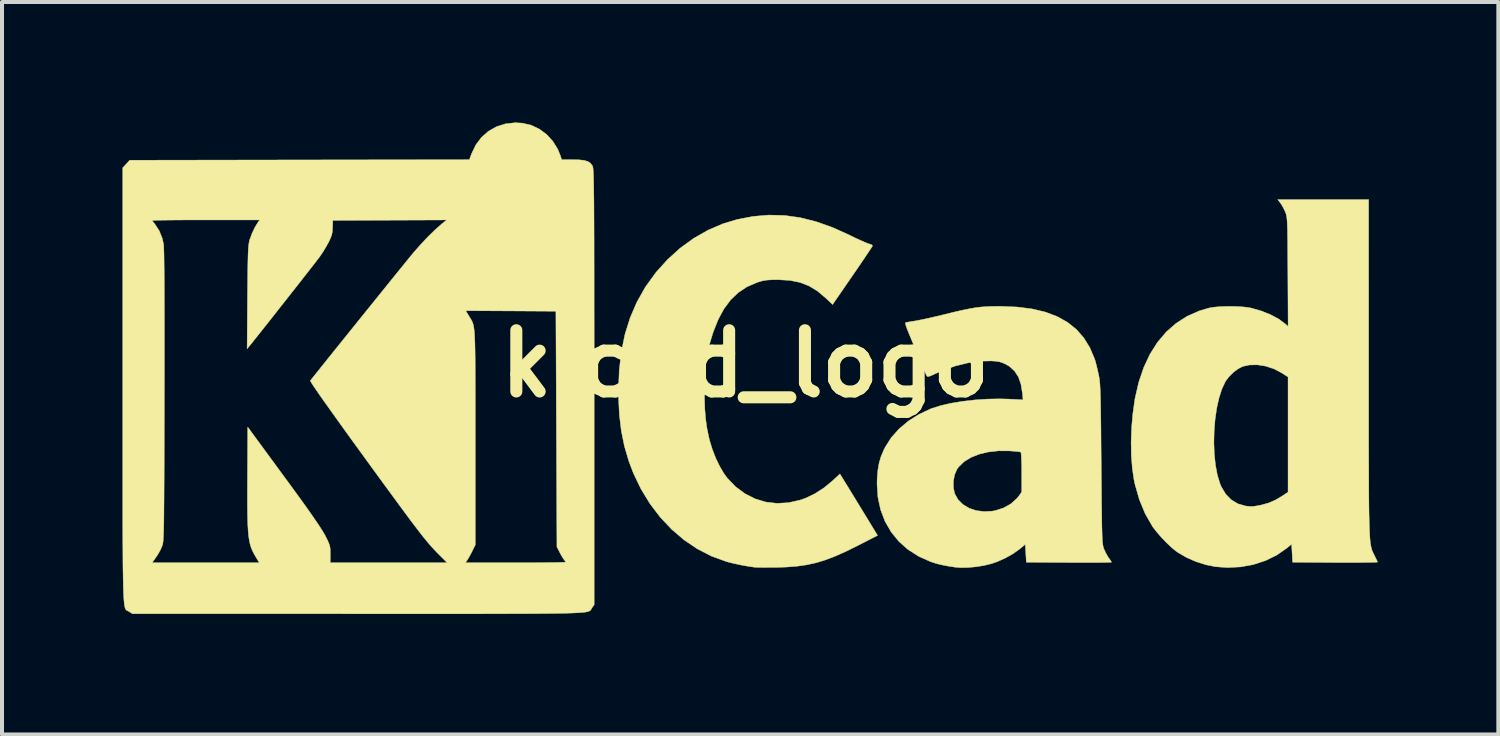
<source format=kicad_pcb>
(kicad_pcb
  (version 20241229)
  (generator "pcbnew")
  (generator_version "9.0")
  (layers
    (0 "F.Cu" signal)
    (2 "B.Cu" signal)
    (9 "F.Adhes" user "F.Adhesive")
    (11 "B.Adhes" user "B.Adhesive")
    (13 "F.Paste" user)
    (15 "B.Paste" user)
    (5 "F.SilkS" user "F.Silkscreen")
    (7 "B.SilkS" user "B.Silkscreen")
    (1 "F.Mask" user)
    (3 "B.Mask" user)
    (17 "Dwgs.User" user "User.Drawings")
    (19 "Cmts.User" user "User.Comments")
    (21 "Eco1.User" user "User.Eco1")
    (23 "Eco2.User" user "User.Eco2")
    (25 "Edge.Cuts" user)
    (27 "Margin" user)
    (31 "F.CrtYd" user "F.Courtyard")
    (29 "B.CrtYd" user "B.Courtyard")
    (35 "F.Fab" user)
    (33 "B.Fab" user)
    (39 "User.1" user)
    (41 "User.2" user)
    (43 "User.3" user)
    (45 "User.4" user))
  (footprint "kicad_logo"
    (layer "F.Cu")
    (at 15.499 6.005)
    (property "Reference" "kicad_logo" (at 0 0 0) (layer "F.SilkS") (effects (font (size 1.524 1.524) (thickness 0.3))))
    (attr through_hole)
    (fp_poly (pts (xy 0.98 -3.692) (xy 1.368 -3.638) (xy 1.763 -3.539) (xy 2.168 -3.396) (xy 2.589 -3.207) (xy 2.603 -3.199) (xy 2.741 -3.132) (xy 2.868 -3.073) (xy 2.977 -3.025) (xy 3.056 -2.993) (xy 3.094 -2.981) (xy 3.148 -2.963) (xy 3.17 -2.939) (xy 3.17 -2.936) (xy 3.154 -2.909) (xy 3.113 -2.845) (xy 3.049 -2.75) (xy 2.967 -2.628) (xy 2.87 -2.484) (xy 2.76 -2.323) (xy 2.669 -2.191) (xy 2.176 -1.475) (xy 1.996 -1.645) (xy 1.795 -1.813) (xy 1.587 -1.939) (xy 1.364 -2.025) (xy 1.117 -2.075) (xy 0.838 -2.092) (xy 0.813 -2.093) (xy 0.67 -2.091) (xy 0.562 -2.085) (xy 0.474 -2.074) (xy 0.39 -2.054) (xy 0.295 -2.024) (xy 0.292 -2.023) (xy 0.047 -1.917) (xy -0.171 -1.773) (xy -0.362 -1.591) (xy -0.528 -1.368) (xy -0.672 -1.102) (xy -0.795 -0.791) (xy -0.812 -0.739) (xy -0.873 -0.538) (xy -0.92 -0.355) (xy -0.955 -0.177) (xy -0.98 0.007) (xy -0.996 0.213) (xy -1.007 0.451) (xy -1.01 0.542) (xy -1.013 0.851) (xy -1.005 1.121) (xy -0.985 1.366) (xy -0.953 1.597) (xy -0.906 1.826) (xy -0.887 1.903) (xy -0.82 2.125) (xy -0.734 2.347) (xy -0.633 2.556) (xy -0.525 2.737) (xy -0.446 2.845) (xy -0.236 3.063) (xy -0.003 3.235) (xy 0.248 3.362) (xy 0.513 3.442) (xy 0.791 3.474) (xy 1.076 3.458) (xy 1.366 3.393) (xy 1.499 3.347) (xy 1.729 3.237) (xy 1.959 3.09) (xy 2.171 2.916) (xy 2.173 2.914) (xy 2.358 2.742) (xy 2.472 2.927) (xy 2.517 3) (xy 2.584 3.108) (xy 2.666 3.243) (xy 2.76 3.396) (xy 2.86 3.56) (xy 2.941 3.692) (xy 3.295 4.273) (xy 2.81 4.521) (xy 2.512 4.669) (xy 2.245 4.788) (xy 1.999 4.882) (xy 1.765 4.954) (xy 1.531 5.005) (xy 1.288 5.04) (xy 1.027 5.06) (xy 0.787 5.068) (xy 0.631 5.069) (xy 0.487 5.07) (xy 0.365 5.069) (xy 0.274 5.067) (xy 0.229 5.064) (xy 0.075 5.041) (xy -0.099 5.01) (xy -0.27 4.974) (xy -0.42 4.937) (xy -0.47 4.923) (xy -0.838 4.789) (xy -1.19 4.608) (xy -1.521 4.385) (xy -1.83 4.121) (xy -2.113 3.821) (xy -2.368 3.486) (xy -2.592 3.12) (xy -2.782 2.725) (xy -2.899 2.416) (xy -3.006 2.052) (xy -3.083 1.673) (xy -3.131 1.273) (xy -3.153 0.841) (xy -3.154 0.66) (xy -3.135 0.161) (xy -3.081 -0.305) (xy -2.991 -0.74) (xy -2.863 -1.147) (xy -2.698 -1.531) (xy -2.494 -1.894) (xy -2.47 -1.93) (xy -2.218 -2.278) (xy -1.932 -2.595) (xy -1.619 -2.878) (xy -1.281 -3.123) (xy -0.923 -3.327) (xy -0.551 -3.487) (xy -0.197 -3.593) (xy 0.202 -3.669) (xy 0.592 -3.702) (xy 0.98 -3.692)) (stroke (width 0.01) (type solid)) (fill yes) (layer "F.SilkS"))
    (fp_poly (pts (xy 15.52 0.095) (xy 15.52 0.648) (xy 15.52 1.152) (xy 15.52 1.61) (xy 15.52 2.024) (xy 15.521 2.397) (xy 15.522 2.731) (xy 15.523 3.028) (xy 15.524 3.291) (xy 15.526 3.522) (xy 15.529 3.724) (xy 15.533 3.899) (xy 15.537 4.049) (xy 15.542 4.177) (xy 15.547 4.284) (xy 15.554 4.375) (xy 15.562 4.449) (xy 15.571 4.511) (xy 15.581 4.563) (xy 15.592 4.606) (xy 15.604 4.644) (xy 15.618 4.678) (xy 15.634 4.711) (xy 15.651 4.745) (xy 15.663 4.771) (xy 15.701 4.849) (xy 15.73 4.909) (xy 15.743 4.934) (xy 15.72 4.938) (xy 15.652 4.942) (xy 15.544 4.944) (xy 15.4 4.946) (xy 15.227 4.948) (xy 15.028 4.948) (xy 14.81 4.948) (xy 14.69 4.947) (xy 13.627 4.94) (xy 13.614 4.715) (xy 13.602 4.49) (xy 13.483 4.588) (xy 13.235 4.761) (xy 12.956 4.898) (xy 12.654 4.997) (xy 12.334 5.056) (xy 12.005 5.073) (xy 11.711 5.052) (xy 11.471 5.004) (xy 11.222 4.925) (xy 10.984 4.821) (xy 10.773 4.698) (xy 10.719 4.66) (xy 10.609 4.569) (xy 10.484 4.45) (xy 10.357 4.317) (xy 10.242 4.185) (xy 10.151 4.067) (xy 10.14 4.051) (xy 9.958 3.734) (xy 9.812 3.382) (xy 9.702 2.998) (xy 9.677 2.878) (xy 9.636 2.598) (xy 9.612 2.283) (xy 9.607 1.966) (xy 11.667 1.966) (xy 11.678 2.252) (xy 11.707 2.523) (xy 11.753 2.77) (xy 11.819 2.984) (xy 11.851 3.061) (xy 11.962 3.245) (xy 12.1 3.386) (xy 12.264 3.485) (xy 12.456 3.54) (xy 12.586 3.553) (xy 12.65 3.549) (xy 12.743 3.536) (xy 12.833 3.519) (xy 13.027 3.466) (xy 13.204 3.389) (xy 13.373 3.288) (xy 13.513 3.195) (xy 13.513 0.329) (xy 13.356 0.228) (xy 13.164 0.127) (xy 12.958 0.059) (xy 12.749 0.026) (xy 12.548 0.03) (xy 12.387 0.066) (xy 12.274 0.122) (xy 12.154 0.212) (xy 12.044 0.32) (xy 11.958 0.434) (xy 11.954 0.441) (xy 11.866 0.627) (xy 11.794 0.853) (xy 11.737 1.108) (xy 11.697 1.385) (xy 11.674 1.674) (xy 11.667 1.966) (xy 9.607 1.966) (xy 9.607 1.945) (xy 9.619 1.595) (xy 9.649 1.247) (xy 9.696 0.911) (xy 9.703 0.866) (xy 9.796 0.461) (xy 9.921 0.092) (xy 10.077 -0.241) (xy 10.264 -0.536) (xy 10.481 -0.792) (xy 10.727 -1.008) (xy 11.001 -1.183) (xy 11.302 -1.316) (xy 11.544 -1.388) (xy 11.679 -1.41) (xy 11.848 -1.424) (xy 12.035 -1.429) (xy 12.227 -1.426) (xy 12.405 -1.415) (xy 12.556 -1.395) (xy 12.589 -1.388) (xy 12.839 -1.318) (xy 13.073 -1.225) (xy 13.28 -1.114) (xy 13.449 -0.989) (xy 13.457 -0.982) (xy 13.515 -0.929) (xy 13.508 -2.287) (xy 13.506 -2.584) (xy 13.504 -2.835) (xy 13.503 -3.045) (xy 13.5 -3.216) (xy 13.498 -3.355) (xy 13.494 -3.464) (xy 13.49 -3.55) (xy 13.485 -3.616) (xy 13.478 -3.666) (xy 13.47 -3.705) (xy 13.461 -3.738) (xy 13.449 -3.768) (xy 13.445 -3.78) (xy 13.4 -3.874) (xy 13.349 -3.964) (xy 13.323 -4.002) (xy 13.256 -4.089) (xy 15.519 -4.089) (xy 15.52 0.095)) (stroke (width 0.01) (type solid)) (fill yes) (layer "F.SilkS"))
    (fp_poly (pts (xy 6.363 -1.43) (xy 6.772 -1.413) (xy 7.142 -1.366) (xy 7.474 -1.287) (xy 7.767 -1.176) (xy 8.023 -1.033) (xy 8.244 -0.856) (xy 8.429 -0.645) (xy 8.58 -0.4) (xy 8.698 -0.121) (xy 8.716 -0.064) (xy 8.732 -0.005) (xy 8.755 0.087) (xy 8.781 0.198) (xy 8.793 0.254) (xy 8.803 0.3) (xy 8.812 0.347) (xy 8.819 0.398) (xy 8.826 0.457) (xy 8.831 0.527) (xy 8.836 0.613) (xy 8.84 0.717) (xy 8.844 0.845) (xy 8.847 0.999) (xy 8.85 1.183) (xy 8.853 1.402) (xy 8.856 1.658) (xy 8.858 1.955) (xy 8.861 2.298) (xy 8.863 2.489) (xy 8.866 2.854) (xy 8.869 3.173) (xy 8.871 3.447) (xy 8.874 3.681) (xy 8.877 3.878) (xy 8.879 4.043) (xy 8.883 4.178) (xy 8.886 4.286) (xy 8.89 4.373) (xy 8.895 4.44) (xy 8.901 4.492) (xy 8.907 4.532) (xy 8.915 4.564) (xy 8.923 4.591) (xy 8.933 4.617) (xy 8.934 4.618) (xy 8.977 4.712) (xy 9.028 4.801) (xy 9.053 4.839) (xy 9.094 4.895) (xy 9.117 4.933) (xy 9.119 4.939) (xy 9.094 4.942) (xy 9.024 4.944) (xy 8.914 4.946) (xy 8.768 4.948) (xy 8.593 4.948) (xy 8.394 4.948) (xy 8.175 4.948) (xy 8.058 4.947) (xy 6.998 4.94) (xy 6.972 4.495) (xy 6.833 4.61) (xy 6.669 4.727) (xy 6.476 4.836) (xy 6.273 4.927) (xy 6.134 4.975) (xy 5.946 5.021) (xy 5.742 5.054) (xy 5.538 5.072) (xy 5.351 5.074) (xy 5.232 5.064) (xy 5.04 5.034) (xy 4.883 5.004) (xy 4.749 4.97) (xy 4.624 4.929) (xy 4.612 4.925) (xy 4.314 4.791) (xy 4.05 4.622) (xy 3.822 4.419) (xy 3.632 4.184) (xy 3.481 3.922) (xy 3.371 3.633) (xy 3.304 3.322) (xy 3.288 3.081) (xy 5.183 3.081) (xy 5.214 3.227) (xy 5.218 3.237) (xy 5.299 3.382) (xy 5.42 3.502) (xy 5.572 3.594) (xy 5.749 3.654) (xy 5.945 3.679) (xy 6.152 3.668) (xy 6.228 3.654) (xy 6.434 3.588) (xy 6.616 3.485) (xy 6.765 3.35) (xy 6.809 3.296) (xy 6.883 3.193) (xy 6.883 2.703) (xy 6.882 2.55) (xy 6.879 2.415) (xy 6.874 2.307) (xy 6.868 2.232) (xy 6.861 2.199) (xy 6.86 2.198) (xy 6.827 2.191) (xy 6.754 2.182) (xy 6.654 2.174) (xy 6.575 2.168) (xy 6.305 2.167) (xy 6.051 2.196) (xy 5.82 2.251) (xy 5.617 2.333) (xy 5.447 2.438) (xy 5.316 2.564) (xy 5.272 2.626) (xy 5.214 2.76) (xy 5.184 2.918) (xy 5.183 3.081) (xy 3.288 3.081) (xy 3.282 2.991) (xy 3.285 2.857) (xy 3.303 2.645) (xy 3.335 2.465) (xy 3.384 2.301) (xy 3.456 2.134) (xy 3.487 2.073) (xy 3.636 1.838) (xy 3.83 1.621) (xy 4.061 1.426) (xy 4.326 1.258) (xy 4.619 1.121) (xy 4.66 1.106) (xy 4.875 1.039) (xy 5.129 0.981) (xy 5.412 0.935) (xy 5.713 0.9) (xy 6.023 0.879) (xy 6.331 0.873) (xy 6.564 0.879) (xy 6.917 0.897) (xy 6.901 0.734) (xy 6.865 0.511) (xy 6.801 0.328) (xy 6.707 0.182) (xy 6.582 0.068) (xy 6.493 0.014) (xy 6.405 -0.026) (xy 6.321 -0.051) (xy 6.221 -0.065) (xy 6.124 -0.071) (xy 5.844 -0.065) (xy 5.544 -0.022) (xy 5.234 0.054) (xy 4.927 0.162) (xy 4.733 0.247) (xy 4.637 0.292) (xy 4.575 0.315) (xy 4.54 0.318) (xy 4.52 0.304) (xy 4.52 0.303) (xy 4.503 0.268) (xy 4.47 0.195) (xy 4.427 0.092) (xy 4.376 -0.03) (xy 4.346 -0.102) (xy 4.282 -0.258) (xy 4.212 -0.426) (xy 4.146 -0.586) (xy 4.089 -0.722) (xy 4.08 -0.744) (xy 4.025 -0.88) (xy 3.995 -0.971) (xy 3.989 -1.019) (xy 3.995 -1.027) (xy 4.034 -1.034) (xy 4.108 -1.047) (xy 4.204 -1.062) (xy 4.229 -1.066) (xy 4.316 -1.082) (xy 4.441 -1.108) (xy 4.593 -1.141) (xy 4.762 -1.18) (xy 4.937 -1.222) (xy 4.978 -1.232) (xy 5.214 -1.29) (xy 5.411 -1.335) (xy 5.578 -1.369) (xy 5.726 -1.395) (xy 5.863 -1.412) (xy 6 -1.423) (xy 6.146 -1.428) (xy 6.311 -1.43) (xy 6.363 -1.43)) (stroke (width 0.01) (type solid)) (fill yes) (layer "F.SilkS"))
    (fp_poly (pts (xy -5.546 -5.99) (xy -5.328 -5.939) (xy -5.125 -5.843) (xy -4.942 -5.708) (xy -4.787 -5.538) (xy -4.665 -5.34) (xy -4.598 -5.175) (xy -4.568 -5.08) (xy -4.288 -5.08) (xy -4.125 -5.076) (xy -4.004 -5.062) (xy -3.916 -5.035) (xy -3.853 -4.994) (xy -3.805 -4.934) (xy -3.803 -4.93) (xy -3.798 -4.919) (xy -3.793 -4.903) (xy -3.789 -4.88) (xy -3.785 -4.848) (xy -3.782 -4.804) (xy -3.778 -4.748) (xy -3.776 -4.676) (xy -3.773 -4.586) (xy -3.771 -4.477) (xy -3.769 -4.347) (xy -3.767 -4.194) (xy -3.765 -4.015) (xy -3.764 -3.809) (xy -3.763 -3.573) (xy -3.762 -3.306) (xy -3.761 -3.006) (xy -3.761 -2.67) (xy -3.76 -2.296) (xy -3.76 -1.883) (xy -3.76 -1.429) (xy -3.759 -0.93) (xy -3.759 -0.387) (xy -3.759 0.205) (xy -3.759 0.571) (xy -3.759 5.999) (xy -3.812 6.073) (xy -3.822 6.09) (xy -3.83 6.105) (xy -3.838 6.12) (xy -3.847 6.133) (xy -3.86 6.144) (xy -3.878 6.155) (xy -3.903 6.165) (xy -3.938 6.174) (xy -3.984 6.182) (xy -4.043 6.189) (xy -4.118 6.195) (xy -4.21 6.2) (xy -4.322 6.205) (xy -4.454 6.209) (xy -4.61 6.212) (xy -4.791 6.215) (xy -4.999 6.217) (xy -5.237 6.219) (xy -5.505 6.22) (xy -5.807 6.221) (xy -6.143 6.222) (xy -6.517 6.223) (xy -6.929 6.223) (xy -7.383 6.223) (xy -7.879 6.223) (xy -8.421 6.223) (xy -9.009 6.223) (xy -9.632 6.223) (xy -15.253 6.222) (xy -15.336 6.169) (xy -15.354 6.159) (xy -15.371 6.151) (xy -15.386 6.144) (xy -15.4 6.136) (xy -15.412 6.124) (xy -15.424 6.106) (xy -15.434 6.081) (xy -15.443 6.046) (xy -15.452 6) (xy -15.459 5.941) (xy -15.465 5.865) (xy -15.471 5.773) (xy -15.476 5.66) (xy -15.48 5.526) (xy -15.483 5.369) (xy -15.486 5.185) (xy -15.489 4.975) (xy -15.489 4.953) (xy -14.764 4.953) (xy -12.094 4.953) (xy -12.182 4.807) (xy -12.226 4.731) (xy -12.264 4.656) (xy -12.296 4.58) (xy -12.322 4.496) (xy -12.343 4.401) (xy -12.36 4.289) (xy -12.372 4.157) (xy -12.381 4) (xy -12.387 3.813) (xy -12.39 3.591) (xy -12.391 3.331) (xy -12.39 3.026) (xy -12.389 2.826) (xy -12.383 1.575) (xy -11.481 2.804) (xy -11.263 3.101) (xy -11.075 3.36) (xy -10.914 3.584) (xy -10.78 3.775) (xy -10.669 3.936) (xy -10.581 4.068) (xy -10.514 4.174) (xy -10.465 4.257) (xy -10.452 4.282) (xy -10.396 4.394) (xy -10.36 4.476) (xy -10.339 4.542) (xy -10.329 4.609) (xy -10.327 4.691) (xy -10.327 4.743) (xy -10.329 4.953) (xy -7.417 4.953) (xy -6.966 4.953) (xy -5.718 4.953) (xy -5.472 4.953) (xy -5.242 4.952) (xy -5.032 4.95) (xy -4.849 4.948) (xy -4.696 4.946) (xy -4.579 4.943) (xy -4.502 4.94) (xy -4.471 4.936) (xy -4.47 4.936) (xy -4.485 4.905) (xy -4.506 4.879) (xy -4.537 4.835) (xy -4.58 4.763) (xy -4.614 4.699) (xy -4.686 4.559) (xy -4.712 -1.308) (xy -5.834 -1.315) (xy -6.956 -1.321) (xy -6.87 -1.178) (xy -6.846 -1.139) (xy -6.825 -1.105) (xy -6.806 -1.072) (xy -6.79 -1.037) (xy -6.775 -0.997) (xy -6.763 -0.949) (xy -6.753 -0.891) (xy -6.744 -0.818) (xy -6.737 -0.729) (xy -6.732 -0.619) (xy -6.727 -0.487) (xy -6.724 -0.328) (xy -6.721 -0.14) (xy -6.72 0.08) (xy -6.719 0.335) (xy -6.718 0.629) (xy -6.718 0.963) (xy -6.718 1.342) (xy -6.718 1.769) (xy -6.718 1.829) (xy -6.718 4.508) (xy -6.8 4.674) (xy -6.847 4.765) (xy -6.892 4.845) (xy -6.924 4.896) (xy -6.966 4.953) (xy -7.417 4.953) (xy -7.627 4.743) (xy -7.685 4.685) (xy -7.741 4.625) (xy -7.799 4.563) (xy -7.859 4.494) (xy -7.924 4.417) (xy -7.997 4.329) (xy -8.078 4.226) (xy -8.17 4.106) (xy -8.276 3.967) (xy -8.397 3.805) (xy -8.535 3.619) (xy -8.693 3.404) (xy -8.873 3.159) (xy -9.076 2.881) (xy -9.305 2.567) (xy -9.535 2.25) (xy -9.767 1.931) (xy -9.979 1.637) (xy -10.17 1.371) (xy -10.339 1.134) (xy -10.485 0.929) (xy -10.607 0.756) (xy -10.702 0.617) (xy -10.771 0.514) (xy -10.812 0.448) (xy -10.824 0.421) (xy -10.824 0.421) (xy -10.791 0.379) (xy -10.73 0.301) (xy -10.642 0.192) (xy -10.532 0.054) (xy -10.403 -0.107) (xy -10.257 -0.289) (xy -10.098 -0.487) (xy -9.929 -0.697) (xy -9.753 -0.915) (xy -9.574 -1.138) (xy -9.393 -1.362) (xy -9.215 -1.582) (xy -9.043 -1.796) (xy -8.88 -1.998) (xy -8.728 -2.186) (xy -8.591 -2.355) (xy -8.472 -2.501) (xy -8.375 -2.621) (xy -8.302 -2.71) (xy -8.256 -2.765) (xy -8.253 -2.769) (xy -8.073 -2.974) (xy -7.89 -3.168) (xy -7.713 -3.34) (xy -7.552 -3.482) (xy -7.531 -3.499) (xy -7.429 -3.58) (xy -10.265 -3.569) (xy -10.27 -3.391) (xy -10.276 -3.289) (xy -10.293 -3.204) (xy -10.327 -3.115) (xy -10.371 -3.024) (xy -10.437 -2.905) (xy -10.517 -2.774) (xy -10.593 -2.662) (xy -10.629 -2.615) (xy -10.692 -2.533) (xy -10.779 -2.421) (xy -10.886 -2.284) (xy -11.01 -2.126) (xy -11.145 -1.953) (xy -11.289 -1.77) (xy -11.438 -1.581) (xy -11.588 -1.391) (xy -11.734 -1.205) (xy -11.874 -1.028) (xy -12.003 -0.865) (xy -12.117 -0.721) (xy -12.214 -0.6) (xy -12.287 -0.508) (xy -12.335 -0.449) (xy -12.337 -0.447) (xy -12.398 -0.374) (xy -12.389 -1.654) (xy -12.386 -1.947) (xy -12.384 -2.194) (xy -12.381 -2.4) (xy -12.378 -2.568) (xy -12.374 -2.704) (xy -12.37 -2.813) (xy -12.365 -2.898) (xy -12.358 -2.964) (xy -12.35 -3.016) (xy -12.341 -3.059) (xy -12.334 -3.085) (xy -12.275 -3.247) (xy -12.199 -3.405) (xy -12.125 -3.524) (xy -12.084 -3.581) (xy -13.421 -3.581) (xy -13.676 -3.581) (xy -13.915 -3.58) (xy -14.134 -3.579) (xy -14.327 -3.577) (xy -14.49 -3.575) (xy -14.619 -3.573) (xy -14.708 -3.57) (xy -14.753 -3.567) (xy -14.757 -3.566) (xy -14.743 -3.539) (xy -14.705 -3.489) (xy -14.692 -3.473) (xy -14.586 -3.312) (xy -14.51 -3.122) (xy -14.478 -2.98) (xy -14.473 -2.927) (xy -14.47 -2.826) (xy -14.466 -2.677) (xy -14.464 -2.48) (xy -14.461 -2.234) (xy -14.459 -1.939) (xy -14.458 -1.596) (xy -14.457 -1.203) (xy -14.457 -0.76) (xy -14.457 -0.267) (xy -14.457 0.276) (xy -14.458 0.8) (xy -14.459 1.3) (xy -14.46 1.753) (xy -14.461 2.159) (xy -14.462 2.522) (xy -14.463 2.845) (xy -14.465 3.129) (xy -14.466 3.378) (xy -14.468 3.594) (xy -14.469 3.78) (xy -14.471 3.938) (xy -14.474 4.07) (xy -14.476 4.179) (xy -14.48 4.269) (xy -14.483 4.34) (xy -14.487 4.396) (xy -14.491 4.44) (xy -14.496 4.473) (xy -14.502 4.499) (xy -14.508 4.52) (xy -14.512 4.532) (xy -14.558 4.638) (xy -14.62 4.747) (xy -14.707 4.875) (xy -14.722 4.896) (xy -14.764 4.953) (xy -15.489 4.953) (xy -15.49 4.734) (xy -15.492 4.462) (xy -15.493 4.157) (xy -15.494 3.816) (xy -15.494 3.437) (xy -15.494 3.019) (xy -15.494 2.559) (xy -15.494 2.055) (xy -15.494 1.506) (xy -15.494 0.909) (xy -15.494 0.547) (xy -15.494 -4.878) (xy -15.407 -4.972) (xy -15.32 -5.067) (xy -11.092 -5.074) (xy -6.865 -5.08) (xy -6.811 -5.228) (xy -6.705 -5.449) (xy -6.563 -5.637) (xy -6.39 -5.789) (xy -6.19 -5.902) (xy -5.967 -5.973) (xy -5.727 -6) (xy -5.546 -5.99)) (stroke (width 0.01) (type solid)) (fill yes) (layer "F.SilkS")))
  (gr_rect
    (start -3 -3)
    (end 34.247 15.233)
    (stroke (width 0.1) (type default))
    (fill no)
    (layer "Edge.Cuts")))
</source>
